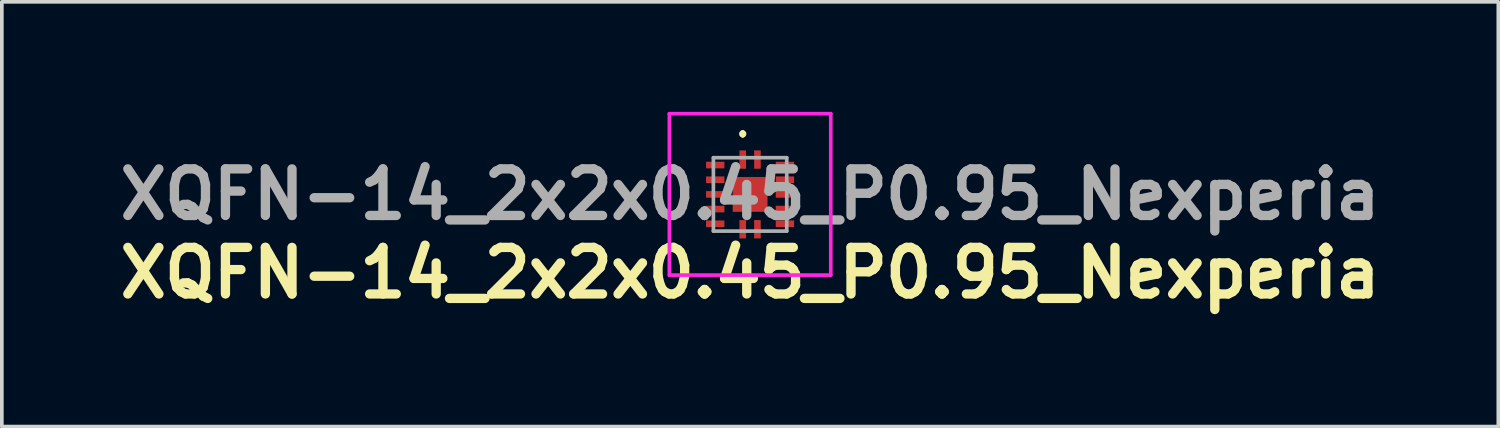
<source format=kicad_pcb>
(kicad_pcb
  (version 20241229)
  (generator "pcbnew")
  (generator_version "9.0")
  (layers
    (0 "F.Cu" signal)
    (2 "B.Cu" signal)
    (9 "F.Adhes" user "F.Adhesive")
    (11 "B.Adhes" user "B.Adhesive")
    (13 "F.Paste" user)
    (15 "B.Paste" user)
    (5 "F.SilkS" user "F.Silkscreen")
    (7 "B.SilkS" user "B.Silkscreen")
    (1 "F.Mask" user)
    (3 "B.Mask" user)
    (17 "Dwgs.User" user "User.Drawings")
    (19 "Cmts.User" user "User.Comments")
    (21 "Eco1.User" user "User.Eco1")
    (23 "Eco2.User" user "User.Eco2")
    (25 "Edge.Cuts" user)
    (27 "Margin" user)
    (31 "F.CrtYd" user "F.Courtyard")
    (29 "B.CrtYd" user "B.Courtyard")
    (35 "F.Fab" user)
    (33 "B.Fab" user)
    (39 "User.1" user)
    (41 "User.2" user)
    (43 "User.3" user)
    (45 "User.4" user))
  (footprint "XQFN-14_2x2x0.45_P0.95_Nexperia"
    (layer "F.Cu")
    (at 17.399 2.25)
    (property "Reference" "XQFN-14_2x2x0.45_P0.95_Nexperia" (at 0 2.14 0) (layer "F.SilkS") (effects (font (size 1.27 1.27) (thickness 0.254))))
    (attr smd)
    (fp_line (start -0.2 -1.7) (end -0.2 -1.7) (stroke (width 0.1) (type solid)) (layer "F.SilkS"))
    (fp_line (start -0.2 -1.6) (end -0.2 -1.6) (stroke (width 0.1) (type solid)) (layer "F.SilkS"))
    (fp_arc (start -0.2 -1.7) (mid -0.15 -1.65) (end -0.2 -1.6) (stroke (width 0.1) (type solid)) (layer "F.SilkS"))
    (fp_arc (start -0.2 -1.6) (mid -0.25 -1.65) (end -0.2 -1.7) (stroke (width 0.1) (type solid)) (layer "F.SilkS"))
    (fp_line (start -2.2 -2.2) (end 2.2 -2.2) (stroke (width 0.1) (type solid)) (layer "F.CrtYd"))
    (fp_line (start -2.2 2.2) (end -2.2 -2.2) (stroke (width 0.1) (type solid)) (layer "F.CrtYd"))
    (fp_line (start 2.2 -2.2) (end 2.2 2.2) (stroke (width 0.1) (type solid)) (layer "F.CrtYd"))
    (fp_line (start 2.2 2.2) (end -2.2 2.2) (stroke (width 0.1) (type solid)) (layer "F.CrtYd"))
    (fp_line (start -1 -1) (end 1 -1) (stroke (width 0.1) (type solid)) (layer "F.Fab"))
    (fp_line (start -1 1) (end -1 -1) (stroke (width 0.1) (type solid)) (layer "F.Fab"))
    (fp_line (start 1 -1) (end 1 1) (stroke (width 0.1) (type solid)) (layer "F.Fab"))
    (fp_line (start 1 1) (end -1 1) (stroke (width 0.1) (type solid)) (layer "F.Fab"))
    (fp_text user "${REFERENCE}" (at 0 0 0) (layer "F.Fab") (effects (font (size 1.27 1.27) (thickness 0.254))))
    (pad "1" smd rect (at -0.2 -0.95) (size 0.18 0.5) (layers "F.Cu" "F.Mask" "F.Paste"))
    (pad "2" smd rect (at -0.95 -0.8 90) (size 0.18 0.5) (layers "F.Cu" "F.Mask" "F.Paste"))
    (pad "3" smd rect (at -0.95 -0.4 90) (size 0.18 0.5) (layers "F.Cu" "F.Mask" "F.Paste"))
    (pad "4" smd rect (at -0.95 0 90) (size 0.18 0.5) (layers "F.Cu" "F.Mask" "F.Paste"))
    (pad "5" smd rect (at -0.95 0.4 90) (size 0.18 0.5) (layers "F.Cu" "F.Mask" "F.Paste"))
    (pad "6" smd rect (at -0.95 0.8 90) (size 0.18 0.5) (layers "F.Cu" "F.Mask" "F.Paste"))
    (pad "7" smd rect (at -0.2 0.95) (size 0.18 0.5) (layers "F.Cu" "F.Mask" "F.Paste"))
    (pad "8" smd rect (at 0.2 0.95) (size 0.18 0.5) (layers "F.Cu" "F.Mask" "F.Paste"))
    (pad "9" smd rect (at 0.95 0.8 90) (size 0.18 0.5) (layers "F.Cu" "F.Mask" "F.Paste"))
    (pad "10" smd rect (at 0.95 0.4 90) (size 0.18 0.5) (layers "F.Cu" "F.Mask" "F.Paste"))
    (pad "11" smd rect (at 0.95 0 90) (size 0.18 0.5) (layers "F.Cu" "F.Mask" "F.Paste"))
    (pad "12" smd rect (at 0.95 -0.4 90) (size 0.18 0.5) (layers "F.Cu" "F.Mask" "F.Paste"))
    (pad "13" smd rect (at 0.95 -0.8 90) (size 0.18 0.5) (layers "F.Cu" "F.Mask" "F.Paste"))
    (pad "14" smd rect (at 0.2 -0.95) (size 0.18 0.5) (layers "F.Cu" "F.Mask" "F.Paste"))
    (pad "15" smd rect (at 0 0 90) (size 0.95 0.95) (layers "F.Cu" "F.Mask" "F.Paste")))
  (gr_rect
    (start -3 -3)
    (end 37.798 8.579)
    (stroke (width 0.1) (type default))
    (fill no)
    (layer "Edge.Cuts")))
</source>
